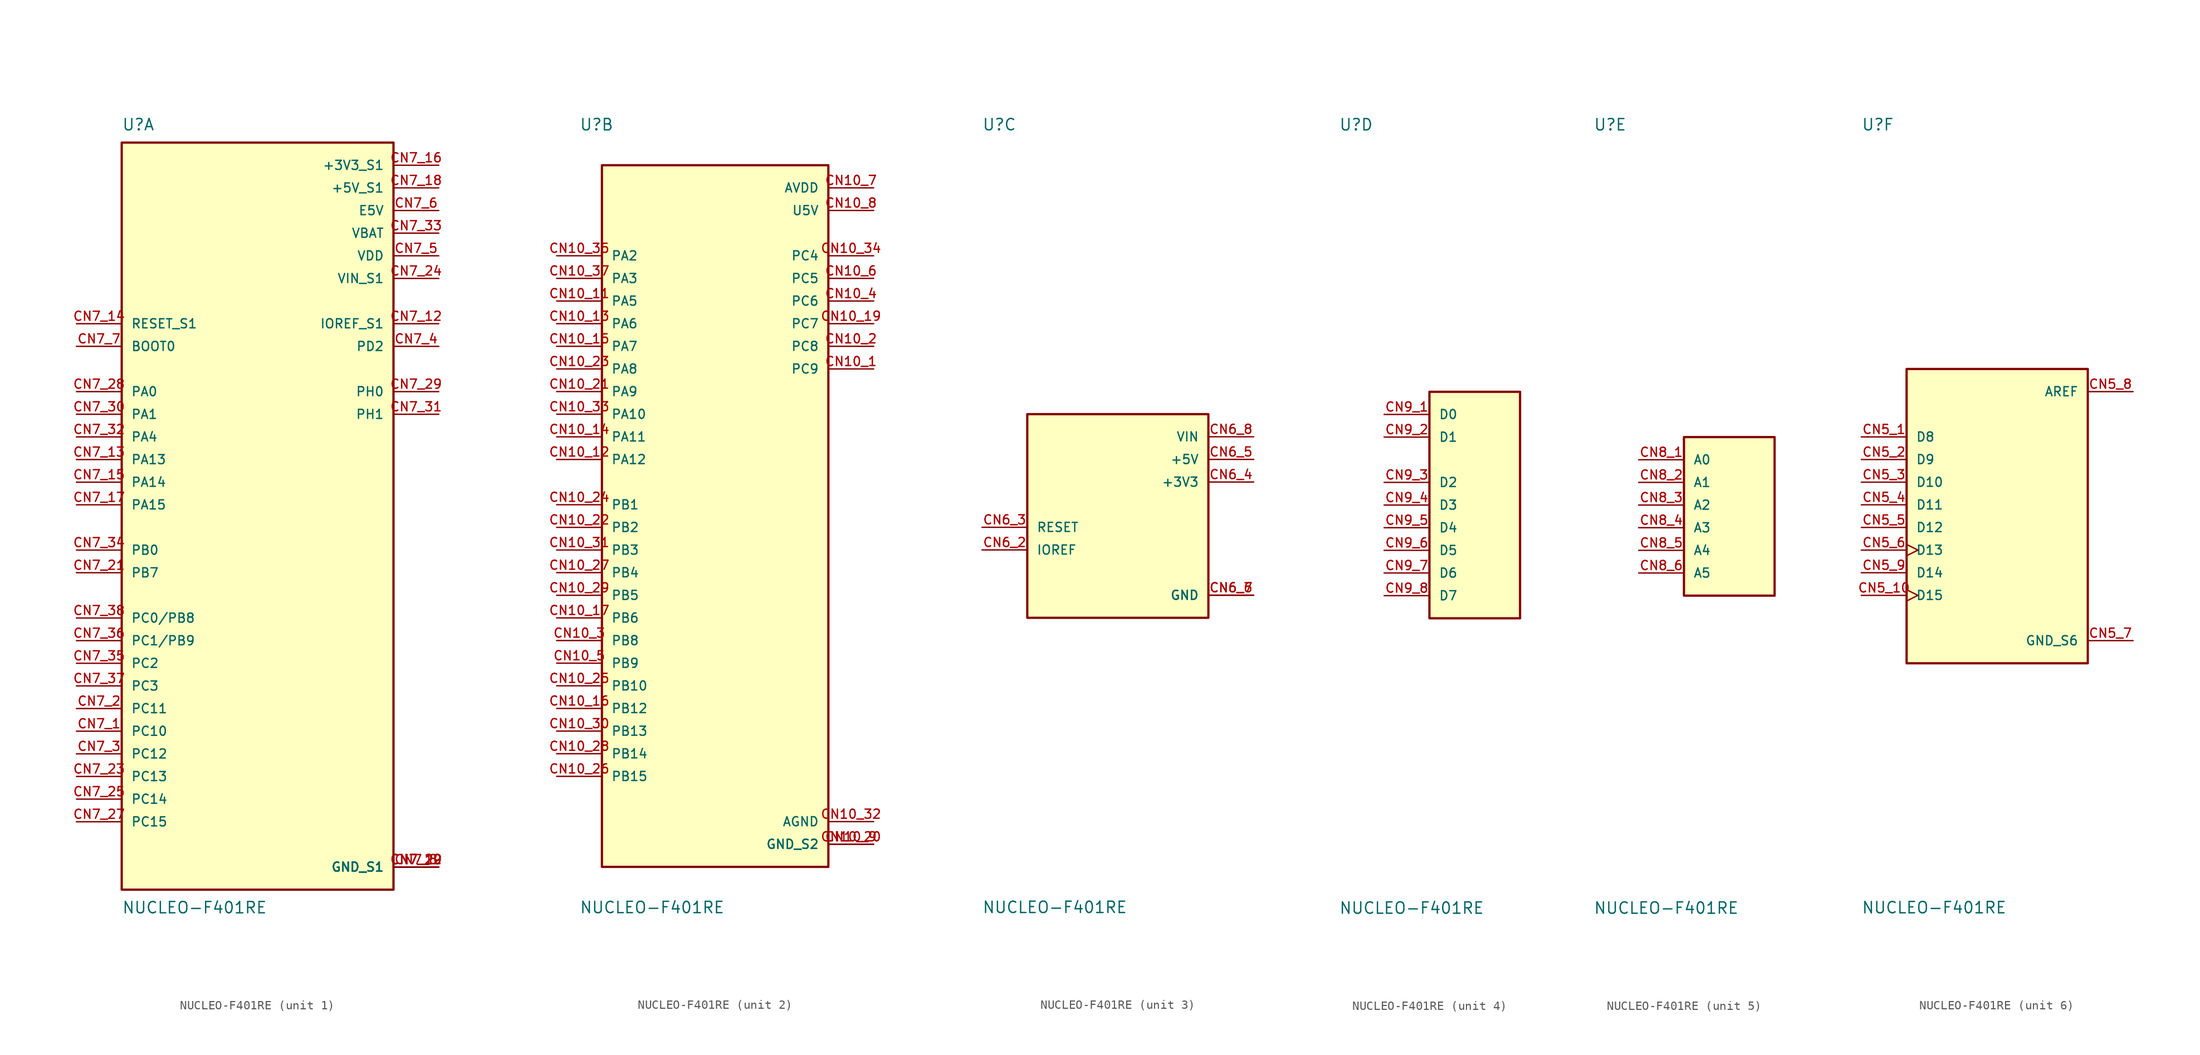
<source format=kicad_sym>
(kicad_symbol_lib
  (version 20220914)
  (generator kicad_symbol_editor)
  (symbol "NUCLEO-F401RE"
    (pin_names
      (offset 1.016))
    (property "Reference" "U"
      (at -15.24 41.91 0)
      (effects (font (size 1.27 1.27)) (justify left bottom)))
    (property "Value" "NUCLEO-F401RE"
      (at -15.24 -44.45 0)
      (effects (font (size 1.27 1.27)) (justify left top)))
    (symbol "NUCLEO-F401RE_1_0"
      (rectangle (start -15.24 -43.18) (end 15.24 40.64) (stroke (width 0.254) (type default)) (fill (type background)))
      (pin bidirectional line (at -20.32 -25.4 0) (length 5.08) (name "PC10" (effects (font (size 1.016 1.016)))) (number "CN7_1" (effects (font (size 1.016 1.016)))))
      (pin bidirectional line (at 20.32 20.32 180) (length 5.08) (name "IOREF_S1" (effects (font (size 1.016 1.016)))) (number "CN7_12" (effects (font (size 1.016 1.016)))))
      (pin bidirectional line (at -20.32 5.08 0) (length 5.08) (name "PA13" (effects (font (size 1.016 1.016)))) (number "CN7_13" (effects (font (size 1.016 1.016)))))
      (pin bidirectional line (at -20.32 20.32 0) (length 5.08) (name "RESET_S1" (effects (font (size 1.016 1.016)))) (number "CN7_14" (effects (font (size 1.016 1.016)))))
      (pin bidirectional line (at -20.32 2.54 0) (length 5.08) (name "PA14" (effects (font (size 1.016 1.016)))) (number "CN7_15" (effects (font (size 1.016 1.016)))))
      (pin power_in line (at 20.32 38.1 180) (length 5.08) (name "+3V3_S1" (effects (font (size 1.016 1.016)))) (number "CN7_16" (effects (font (size 1.016 1.016)))))
      (pin bidirectional line (at -20.32 0 0) (length 5.08) (name "PA15" (effects (font (size 1.016 1.016)))) (number "CN7_17" (effects (font (size 1.016 1.016)))))
      (pin power_in line (at 20.32 35.56 180) (length 5.08) (name "+5V_S1" (effects (font (size 1.016 1.016)))) (number "CN7_18" (effects (font (size 1.016 1.016)))))
      (pin power_in line (at 20.32 -40.64 180) (length 5.08) (name "GND_S1" (effects (font (size 1.016 1.016)))) (number "CN7_19" (effects (font (size 1.016 1.016)))))
      (pin bidirectional line (at -20.32 -22.86 0) (length 5.08) (name "PC11" (effects (font (size 1.016 1.016)))) (number "CN7_2" (effects (font (size 1.016 1.016)))))
      (pin power_in line (at 20.32 -40.64 180) (length 5.08) (name "GND_S1" (effects (font (size 1.016 1.016)))) (number "CN7_20" (effects (font (size 1.016 1.016)))))
      (pin bidirectional line (at -20.32 -7.62 0) (length 5.08) (name "PB7" (effects (font (size 1.016 1.016)))) (number "CN7_21" (effects (font (size 1.016 1.016)))))
      (pin power_in line (at 20.32 -40.64 180) (length 5.08) (name "GND_S1" (effects (font (size 1.016 1.016)))) (number "CN7_22" (effects (font (size 1.016 1.016)))))
      (pin bidirectional line (at -20.32 -30.48 0) (length 5.08) (name "PC13" (effects (font (size 1.016 1.016)))) (number "CN7_23" (effects (font (size 1.016 1.016)))))
      (pin power_in line (at 20.32 25.4 180) (length 5.08) (name "VIN_S1" (effects (font (size 1.016 1.016)))) (number "CN7_24" (effects (font (size 1.016 1.016)))))
      (pin bidirectional line (at -20.32 -33.02 0) (length 5.08) (name "PC14" (effects (font (size 1.016 1.016)))) (number "CN7_25" (effects (font (size 1.016 1.016)))))
      (pin bidirectional line (at -20.32 -35.56 0) (length 5.08) (name "PC15" (effects (font (size 1.016 1.016)))) (number "CN7_27" (effects (font (size 1.016 1.016)))))
      (pin bidirectional line (at -20.32 12.7 0) (length 5.08) (name "PA0" (effects (font (size 1.016 1.016)))) (number "CN7_28" (effects (font (size 1.016 1.016)))))
      (pin bidirectional line (at 20.32 12.7 180) (length 5.08) (name "PH0" (effects (font (size 1.016 1.016)))) (number "CN7_29" (effects (font (size 1.016 1.016)))))
      (pin bidirectional line (at -20.32 -27.94 0) (length 5.08) (name "PC12" (effects (font (size 1.016 1.016)))) (number "CN7_3" (effects (font (size 1.016 1.016)))))
      (pin bidirectional line (at -20.32 10.16 0) (length 5.08) (name "PA1" (effects (font (size 1.016 1.016)))) (number "CN7_30" (effects (font (size 1.016 1.016)))))
      (pin bidirectional line (at 20.32 10.16 180) (length 5.08) (name "PH1" (effects (font (size 1.016 1.016)))) (number "CN7_31" (effects (font (size 1.016 1.016)))))
      (pin bidirectional line (at -20.32 7.62 0) (length 5.08) (name "PA4" (effects (font (size 1.016 1.016)))) (number "CN7_32" (effects (font (size 1.016 1.016)))))
      (pin power_in line (at 20.32 30.48 180) (length 5.08) (name "VBAT" (effects (font (size 1.016 1.016)))) (number "CN7_33" (effects (font (size 1.016 1.016)))))
      (pin bidirectional line (at -20.32 -5.08 0) (length 5.08) (name "PB0" (effects (font (size 1.016 1.016)))) (number "CN7_34" (effects (font (size 1.016 1.016)))))
      (pin bidirectional line (at -20.32 -17.78 0) (length 5.08) (name "PC2" (effects (font (size 1.016 1.016)))) (number "CN7_35" (effects (font (size 1.016 1.016)))))
      (pin bidirectional line (at -20.32 -15.24 0) (length 5.08) (name "PC1/PB9" (effects (font (size 1.016 1.016)))) (number "CN7_36" (effects (font (size 1.016 1.016)))))
      (pin bidirectional line (at -20.32 -20.32 0) (length 5.08) (name "PC3" (effects (font (size 1.016 1.016)))) (number "CN7_37" (effects (font (size 1.016 1.016)))))
      (pin bidirectional line (at -20.32 -12.7 0) (length 5.08) (name "PC0/PB8" (effects (font (size 1.016 1.016)))) (number "CN7_38" (effects (font (size 1.016 1.016)))))
      (pin bidirectional line (at 20.32 17.78 180) (length 5.08) (name "PD2" (effects (font (size 1.016 1.016)))) (number "CN7_4" (effects (font (size 1.016 1.016)))))
      (pin power_in line (at 20.32 27.94 180) (length 5.08) (name "VDD" (effects (font (size 1.016 1.016)))) (number "CN7_5" (effects (font (size 1.016 1.016)))))
      (pin power_in line (at 20.32 33.02 180) (length 5.08) (name "E5V" (effects (font (size 1.016 1.016)))) (number "CN7_6" (effects (font (size 1.016 1.016)))))
      (pin bidirectional line (at -20.32 17.78 0) (length 5.08) (name "BOOT0" (effects (font (size 1.016 1.016)))) (number "CN7_7" (effects (font (size 1.016 1.016)))))
      (pin power_in line (at 20.32 -40.64 180) (length 5.08) (name "GND_S1" (effects (font (size 1.016 1.016)))) (number "CN7_8" (effects (font (size 1.016 1.016))))))
    (symbol "NUCLEO-F401RE_2_0"
      (rectangle (start -12.7 -40.64) (end 12.7 38.1) (stroke (width 0.254) (type default)) (fill (type background)))
      (pin bidirectional line (at 17.78 15.24 180) (length 5.08) (name "PC9" (effects (font (size 1.016 1.016)))) (number "CN10_1" (effects (font (size 1.016 1.016)))))
      (pin bidirectional line (at -17.78 22.86 0) (length 5.08) (name "PA5" (effects (font (size 1.016 1.016)))) (number "CN10_11" (effects (font (size 1.016 1.016)))))
      (pin bidirectional line (at -17.78 5.08 0) (length 5.08) (name "PA12" (effects (font (size 1.016 1.016)))) (number "CN10_12" (effects (font (size 1.016 1.016)))))
      (pin bidirectional line (at -17.78 20.32 0) (length 5.08) (name "PA6" (effects (font (size 1.016 1.016)))) (number "CN10_13" (effects (font (size 1.016 1.016)))))
      (pin bidirectional line (at -17.78 7.62 0) (length 5.08) (name "PA11" (effects (font (size 1.016 1.016)))) (number "CN10_14" (effects (font (size 1.016 1.016)))))
      (pin bidirectional line (at -17.78 17.78 0) (length 5.08) (name "PA7" (effects (font (size 1.016 1.016)))) (number "CN10_15" (effects (font (size 1.016 1.016)))))
      (pin bidirectional line (at -17.78 -22.86 0) (length 5.08) (name "PB12" (effects (font (size 1.016 1.016)))) (number "CN10_16" (effects (font (size 1.016 1.016)))))
      (pin bidirectional line (at -17.78 -12.7 0) (length 5.08) (name "PB6" (effects (font (size 1.016 1.016)))) (number "CN10_17" (effects (font (size 1.016 1.016)))))
      (pin bidirectional line (at 17.78 20.32 180) (length 5.08) (name "PC7" (effects (font (size 1.016 1.016)))) (number "CN10_19" (effects (font (size 1.016 1.016)))))
      (pin bidirectional line (at 17.78 17.78 180) (length 5.08) (name "PC8" (effects (font (size 1.016 1.016)))) (number "CN10_2" (effects (font (size 1.016 1.016)))))
      (pin power_in line (at 17.78 -38.1 180) (length 5.08) (name "GND_S2" (effects (font (size 1.016 1.016)))) (number "CN10_20" (effects (font (size 1.016 1.016)))))
      (pin bidirectional line (at -17.78 12.7 0) (length 5.08) (name "PA9" (effects (font (size 1.016 1.016)))) (number "CN10_21" (effects (font (size 1.016 1.016)))))
      (pin bidirectional line (at -17.78 -2.54 0) (length 5.08) (name "PB2" (effects (font (size 1.016 1.016)))) (number "CN10_22" (effects (font (size 1.016 1.016)))))
      (pin bidirectional line (at -17.78 15.24 0) (length 5.08) (name "PA8" (effects (font (size 1.016 1.016)))) (number "CN10_23" (effects (font (size 1.016 1.016)))))
      (pin bidirectional line (at -17.78 0 0) (length 5.08) (name "PB1" (effects (font (size 1.016 1.016)))) (number "CN10_24" (effects (font (size 1.016 1.016)))))
      (pin bidirectional line (at -17.78 -20.32 0) (length 5.08) (name "PB10" (effects (font (size 1.016 1.016)))) (number "CN10_25" (effects (font (size 1.016 1.016)))))
      (pin bidirectional line (at -17.78 -30.48 0) (length 5.08) (name "PB15" (effects (font (size 1.016 1.016)))) (number "CN10_26" (effects (font (size 1.016 1.016)))))
      (pin bidirectional line (at -17.78 -7.62 0) (length 5.08) (name "PB4" (effects (font (size 1.016 1.016)))) (number "CN10_27" (effects (font (size 1.016 1.016)))))
      (pin bidirectional line (at -17.78 -27.94 0) (length 5.08) (name "PB14" (effects (font (size 1.016 1.016)))) (number "CN10_28" (effects (font (size 1.016 1.016)))))
      (pin bidirectional line (at -17.78 -10.16 0) (length 5.08) (name "PB5" (effects (font (size 1.016 1.016)))) (number "CN10_29" (effects (font (size 1.016 1.016)))))
      (pin bidirectional line (at -17.78 -15.24 0) (length 5.08) (name "PB8" (effects (font (size 1.016 1.016)))) (number "CN10_3" (effects (font (size 1.016 1.016)))))
      (pin bidirectional line (at -17.78 -25.4 0) (length 5.08) (name "PB13" (effects (font (size 1.016 1.016)))) (number "CN10_30" (effects (font (size 1.016 1.016)))))
      (pin bidirectional line (at -17.78 -5.08 0) (length 5.08) (name "PB3" (effects (font (size 1.016 1.016)))) (number "CN10_31" (effects (font (size 1.016 1.016)))))
      (pin power_in line (at 17.78 -35.56 180) (length 5.08) (name "AGND" (effects (font (size 1.016 1.016)))) (number "CN10_32" (effects (font (size 1.016 1.016)))))
      (pin bidirectional line (at -17.78 10.16 0) (length 5.08) (name "PA10" (effects (font (size 1.016 1.016)))) (number "CN10_33" (effects (font (size 1.016 1.016)))))
      (pin bidirectional line (at 17.78 27.94 180) (length 5.08) (name "PC4" (effects (font (size 1.016 1.016)))) (number "CN10_34" (effects (font (size 1.016 1.016)))))
      (pin bidirectional line (at -17.78 27.94 0) (length 5.08) (name "PA2" (effects (font (size 1.016 1.016)))) (number "CN10_35" (effects (font (size 1.016 1.016)))))
      (pin bidirectional line (at -17.78 25.4 0) (length 5.08) (name "PA3" (effects (font (size 1.016 1.016)))) (number "CN10_37" (effects (font (size 1.016 1.016)))))
      (pin bidirectional line (at 17.78 22.86 180) (length 5.08) (name "PC6" (effects (font (size 1.016 1.016)))) (number "CN10_4" (effects (font (size 1.016 1.016)))))
      (pin bidirectional line (at -17.78 -17.78 0) (length 5.08) (name "PB9" (effects (font (size 1.016 1.016)))) (number "CN10_5" (effects (font (size 1.016 1.016)))))
      (pin bidirectional line (at 17.78 25.4 180) (length 5.08) (name "PC5" (effects (font (size 1.016 1.016)))) (number "CN10_6" (effects (font (size 1.016 1.016)))))
      (pin power_in line (at 17.78 35.56 180) (length 5.08) (name "AVDD" (effects (font (size 1.016 1.016)))) (number "CN10_7" (effects (font (size 1.016 1.016)))))
      (pin power_in line (at 17.78 33.02 180) (length 5.08) (name "U5V" (effects (font (size 1.016 1.016)))) (number "CN10_8" (effects (font (size 1.016 1.016)))))
      (pin power_in line (at 17.78 -38.1 180) (length 5.08) (name "GND_S2" (effects (font (size 1.016 1.016)))) (number "CN10_9" (effects (font (size 1.016 1.016))))))
    (symbol "NUCLEO-F401RE_3_0"
      (rectangle (start -10.16 -12.7) (end 10.16 10.16) (stroke (width 0.254) (type default)) (fill (type background)))
      (pin bidirectional line (at -15.24 -5.08 0) (length 5.08) (name "IOREF" (effects (font (size 1.016 1.016)))) (number "CN6_2" (effects (font (size 1.016 1.016)))))
      (pin bidirectional line (at -15.24 -2.54 0) (length 5.08) (name "RESET" (effects (font (size 1.016 1.016)))) (number "CN6_3" (effects (font (size 1.016 1.016)))))
      (pin power_in line (at 15.24 2.54 180) (length 5.08) (name "+3V3" (effects (font (size 1.016 1.016)))) (number "CN6_4" (effects (font (size 1.016 1.016)))))
      (pin power_in line (at 15.24 5.08 180) (length 5.08) (name "+5V" (effects (font (size 1.016 1.016)))) (number "CN6_5" (effects (font (size 1.016 1.016)))))
      (pin power_in line (at 15.24 -10.16 180) (length 5.08) (name "GND" (effects (font (size 1.016 1.016)))) (number "CN6_6" (effects (font (size 1.016 1.016)))))
      (pin power_in line (at 15.24 -10.16 180) (length 5.08) (name "GND" (effects (font (size 1.016 1.016)))) (number "CN6_7" (effects (font (size 1.016 1.016)))))
      (pin power_in line (at 15.24 7.62 180) (length 5.08) (name "VIN" (effects (font (size 1.016 1.016)))) (number "CN6_8" (effects (font (size 1.016 1.016))))))
    (symbol "NUCLEO-F401RE_4_0"
      (rectangle (start -5.08 -12.7) (end 5.08 12.7) (stroke (width 0.254) (type default)) (fill (type background)))
      (pin input line (at -10.16 10.16 0) (length 5.08) (name "D0" (effects (font (size 1.016 1.016)))) (number "CN9_1" (effects (font (size 1.016 1.016)))))
      (pin output line (at -10.16 7.62 0) (length 5.08) (name "D1" (effects (font (size 1.016 1.016)))) (number "CN9_2" (effects (font (size 1.016 1.016)))))
      (pin bidirectional line (at -10.16 2.54 0) (length 5.08) (name "D2" (effects (font (size 1.016 1.016)))) (number "CN9_3" (effects (font (size 1.016 1.016)))))
      (pin bidirectional line (at -10.16 0 0) (length 5.08) (name "D3" (effects (font (size 1.016 1.016)))) (number "CN9_4" (effects (font (size 1.016 1.016)))))
      (pin bidirectional line (at -10.16 -2.54 0) (length 5.08) (name "D4" (effects (font (size 1.016 1.016)))) (number "CN9_5" (effects (font (size 1.016 1.016)))))
      (pin bidirectional line (at -10.16 -5.08 0) (length 5.08) (name "D5" (effects (font (size 1.016 1.016)))) (number "CN9_6" (effects (font (size 1.016 1.016)))))
      (pin bidirectional line (at -10.16 -7.62 0) (length 5.08) (name "D6" (effects (font (size 1.016 1.016)))) (number "CN9_7" (effects (font (size 1.016 1.016)))))
      (pin bidirectional line (at -10.16 -10.16 0) (length 5.08) (name "D7" (effects (font (size 1.016 1.016)))) (number "CN9_8" (effects (font (size 1.016 1.016))))))
    (symbol "NUCLEO-F401RE_5_0"
      (rectangle (start -5.08 -10.16) (end 5.08 7.62) (stroke (width 0.254) (type default)) (fill (type background)))
      (pin input line (at -10.16 5.08 0) (length 5.08) (name "A0" (effects (font (size 1.016 1.016)))) (number "CN8_1" (effects (font (size 1.016 1.016)))))
      (pin input line (at -10.16 2.54 0) (length 5.08) (name "A1" (effects (font (size 1.016 1.016)))) (number "CN8_2" (effects (font (size 1.016 1.016)))))
      (pin input line (at -10.16 0 0) (length 5.08) (name "A2" (effects (font (size 1.016 1.016)))) (number "CN8_3" (effects (font (size 1.016 1.016)))))
      (pin input line (at -10.16 -2.54 0) (length 5.08) (name "A3" (effects (font (size 1.016 1.016)))) (number "CN8_4" (effects (font (size 1.016 1.016)))))
      (pin input line (at -10.16 -5.08 0) (length 5.08) (name "A4" (effects (font (size 1.016 1.016)))) (number "CN8_5" (effects (font (size 1.016 1.016)))))
      (pin input line (at -10.16 -7.62 0) (length 5.08) (name "A5" (effects (font (size 1.016 1.016)))) (number "CN8_6" (effects (font (size 1.016 1.016))))))
    (symbol "NUCLEO-F401RE_6_0"
      (rectangle (start -10.16 -17.78) (end 10.16 15.24) (stroke (width 0.254) (type default)) (fill (type background)))
      (pin bidirectional line (at -15.24 7.62 0) (length 5.08) (name "D8" (effects (font (size 1.016 1.016)))) (number "CN5_1" (effects (font (size 1.016 1.016)))))
      (pin bidirectional clock (at -15.24 -10.16 0) (length 5.08) (name "D15" (effects (font (size 1.016 1.016)))) (number "CN5_10" (effects (font (size 1.016 1.016)))))
      (pin bidirectional line (at -15.24 5.08 0) (length 5.08) (name "D9" (effects (font (size 1.016 1.016)))) (number "CN5_2" (effects (font (size 1.016 1.016)))))
      (pin bidirectional line (at -15.24 2.54 0) (length 5.08) (name "D10" (effects (font (size 1.016 1.016)))) (number "CN5_3" (effects (font (size 1.016 1.016)))))
      (pin bidirectional line (at -15.24 0 0) (length 5.08) (name "D11" (effects (font (size 1.016 1.016)))) (number "CN5_4" (effects (font (size 1.016 1.016)))))
      (pin bidirectional line (at -15.24 -2.54 0) (length 5.08) (name "D12" (effects (font (size 1.016 1.016)))) (number "CN5_5" (effects (font (size 1.016 1.016)))))
      (pin bidirectional clock (at -15.24 -5.08 0) (length 5.08) (name "D13" (effects (font (size 1.016 1.016)))) (number "CN5_6" (effects (font (size 1.016 1.016)))))
      (pin power_in line (at 15.24 -15.24 180) (length 5.08) (name "GND_S6" (effects (font (size 1.016 1.016)))) (number "CN5_7" (effects (font (size 1.016 1.016)))))
      (pin power_in line (at 15.24 12.7 180) (length 5.08) (name "AREF" (effects (font (size 1.016 1.016)))) (number "CN5_8" (effects (font (size 1.016 1.016)))))
      (pin bidirectional line (at -15.24 -7.62 0) (length 5.08) (name "D14" (effects (font (size 1.016 1.016)))) (number "CN5_9" (effects (font (size 1.016 1.016))))))))
</source>
